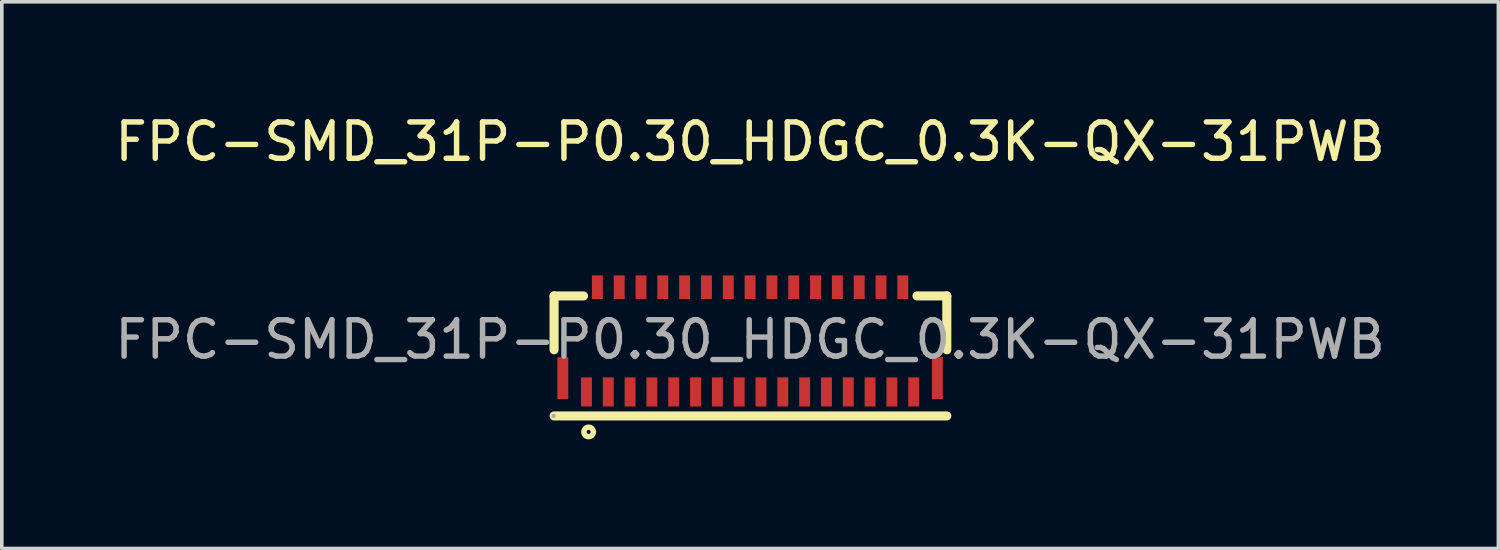
<source format=kicad_pcb>
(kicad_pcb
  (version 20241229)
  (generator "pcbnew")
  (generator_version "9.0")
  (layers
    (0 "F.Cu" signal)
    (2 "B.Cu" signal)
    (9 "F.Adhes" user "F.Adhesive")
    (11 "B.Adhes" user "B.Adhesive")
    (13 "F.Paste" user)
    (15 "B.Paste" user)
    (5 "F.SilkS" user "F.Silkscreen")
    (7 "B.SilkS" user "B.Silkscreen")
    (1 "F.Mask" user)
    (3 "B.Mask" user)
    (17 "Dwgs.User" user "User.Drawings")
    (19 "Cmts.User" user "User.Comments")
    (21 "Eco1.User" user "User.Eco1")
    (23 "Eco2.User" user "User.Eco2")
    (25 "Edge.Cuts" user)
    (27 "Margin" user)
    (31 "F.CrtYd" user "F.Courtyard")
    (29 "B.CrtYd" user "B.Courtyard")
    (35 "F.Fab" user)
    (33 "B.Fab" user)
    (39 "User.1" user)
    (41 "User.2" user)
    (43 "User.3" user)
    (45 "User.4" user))
  (footprint "FPC-SMD_31P-P0.30_HDGC_0.3K-QX-31PWB"
    (layer "F.Cu")
    (at 17.577 6.288)
    (property "Reference" "FPC-SMD_31P-P0.30_HDGC_0.3K-QX-31PWB" (at 0 -5.44 0) (layer "F.SilkS") (effects (font (size 1 1) (thickness 0.15))))
    (attr smd)
    (fp_line (start -5.39 -1.2) (end -5.39 0.28) (stroke (width 0.25) (type solid)) (layer "F.SilkS"))
    (fp_line (start -5.39 2.1) (end 5.41 2.1) (stroke (width 0.25) (type solid)) (layer "F.SilkS"))
    (fp_line (start -4.58 -1.2) (end -5.39 -1.2) (stroke (width 0.25) (type solid)) (layer "F.SilkS"))
    (fp_line (start 4.59 -1.2) (end 5.41 -1.2) (stroke (width 0.25) (type solid)) (layer "F.SilkS"))
    (fp_line (start 5.41 -1.2) (end 5.41 0.28) (stroke (width 0.25) (type solid)) (layer "F.SilkS"))
    (fp_circle (center -4.44 2.54) (end -4.31 2.54) (stroke (width 0.15) (type solid)) (fill no) (layer "F.SilkS"))
    (fp_circle (center -5.4 2.1) (end -5.37 2.1) (stroke (width 0.06) (type solid)) (fill no) (layer "F.Fab"))
    (fp_text user "${REFERENCE}" (at 0 0 0) (layer "F.Fab") (effects (font (size 1 1) (thickness 0.15))))
    (pad "1" smd rect (at -4.5 1.44) (size 0.3 0.8) (layers "F.Cu" "F.Mask" "F.Paste"))
    (pad "2" smd rect (at -4.2 -1.44) (size 0.3 0.65) (layers "F.Cu" "F.Mask" "F.Paste"))
    (pad "3" smd rect (at -3.9 1.44) (size 0.3 0.8) (layers "F.Cu" "F.Mask" "F.Paste"))
    (pad "4" smd rect (at -3.6 -1.44) (size 0.3 0.65) (layers "F.Cu" "F.Mask" "F.Paste"))
    (pad "5" smd rect (at -3.3 1.44) (size 0.3 0.8) (layers "F.Cu" "F.Mask" "F.Paste"))
    (pad "6" smd rect (at -3 -1.44) (size 0.3 0.65) (layers "F.Cu" "F.Mask" "F.Paste"))
    (pad "7" smd rect (at -2.7 1.44) (size 0.3 0.8) (layers "F.Cu" "F.Mask" "F.Paste"))
    (pad "8" smd rect (at -2.4 -1.44) (size 0.3 0.65) (layers "F.Cu" "F.Mask" "F.Paste"))
    (pad "9" smd rect (at -2.1 1.44) (size 0.3 0.8) (layers "F.Cu" "F.Mask" "F.Paste"))
    (pad "10" smd rect (at -1.8 -1.44) (size 0.3 0.65) (layers "F.Cu" "F.Mask" "F.Paste"))
    (pad "11" smd rect (at -1.5 1.44) (size 0.3 0.8) (layers "F.Cu" "F.Mask" "F.Paste"))
    (pad "12" smd rect (at -1.2 -1.44) (size 0.3 0.65) (layers "F.Cu" "F.Mask" "F.Paste"))
    (pad "13" smd rect (at -0.9 1.44) (size 0.3 0.8) (layers "F.Cu" "F.Mask" "F.Paste"))
    (pad "14" smd rect (at -0.6 -1.44) (size 0.3 0.65) (layers "F.Cu" "F.Mask" "F.Paste"))
    (pad "15" smd rect (at -0.3 1.44) (size 0.3 0.8) (layers "F.Cu" "F.Mask" "F.Paste"))
    (pad "16" smd rect (at 0 -1.44) (size 0.3 0.65) (layers "F.Cu" "F.Mask" "F.Paste"))
    (pad "17" smd rect (at 0.3 1.44) (size 0.3 0.8) (layers "F.Cu" "F.Mask" "F.Paste"))
    (pad "18" smd rect (at 0.6 -1.44) (size 0.3 0.65) (layers "F.Cu" "F.Mask" "F.Paste"))
    (pad "19" smd rect (at 0.9 1.44) (size 0.3 0.8) (layers "F.Cu" "F.Mask" "F.Paste"))
    (pad "20" smd rect (at 1.2 -1.44) (size 0.3 0.65) (layers "F.Cu" "F.Mask" "F.Paste"))
    (pad "21" smd rect (at 1.5 1.44) (size 0.3 0.8) (layers "F.Cu" "F.Mask" "F.Paste"))
    (pad "22" smd rect (at 1.8 -1.44) (size 0.3 0.65) (layers "F.Cu" "F.Mask" "F.Paste"))
    (pad "23" smd rect (at 2.1 1.44) (size 0.3 0.8) (layers "F.Cu" "F.Mask" "F.Paste"))
    (pad "24" smd rect (at 2.4 -1.44) (size 0.3 0.65) (layers "F.Cu" "F.Mask" "F.Paste"))
    (pad "25" smd rect (at 2.7 1.44) (size 0.3 0.8) (layers "F.Cu" "F.Mask" "F.Paste"))
    (pad "26" smd rect (at 3 -1.44) (size 0.3 0.65) (layers "F.Cu" "F.Mask" "F.Paste"))
    (pad "27" smd rect (at 3.3 1.44) (size 0.3 0.8) (layers "F.Cu" "F.Mask" "F.Paste"))
    (pad "28" smd rect (at 3.6 -1.44) (size 0.3 0.65) (layers "F.Cu" "F.Mask" "F.Paste"))
    (pad "29" smd rect (at 3.9 1.44) (size 0.3 0.8) (layers "F.Cu" "F.Mask" "F.Paste"))
    (pad "30" smd rect (at 4.2 -1.44) (size 0.3 0.65) (layers "F.Cu" "F.Mask" "F.Paste"))
    (pad "31" smd rect (at 4.5 1.44) (size 0.3 0.8) (layers "F.Cu" "F.Mask" "F.Paste"))
    (pad "32" smd rect (at 5.15 1.06) (size 0.3 1.15) (layers "F.Cu" "F.Mask" "F.Paste"))
    (pad "33" smd rect (at -5.15 1.06) (size 0.3 1.15) (layers "F.Cu" "F.Mask" "F.Paste")))
  (gr_rect
    (start -3 -3)
    (end 38.155 12.033)
    (stroke (width 0.1) (type default))
    (fill no)
    (layer "Edge.Cuts")))
</source>
